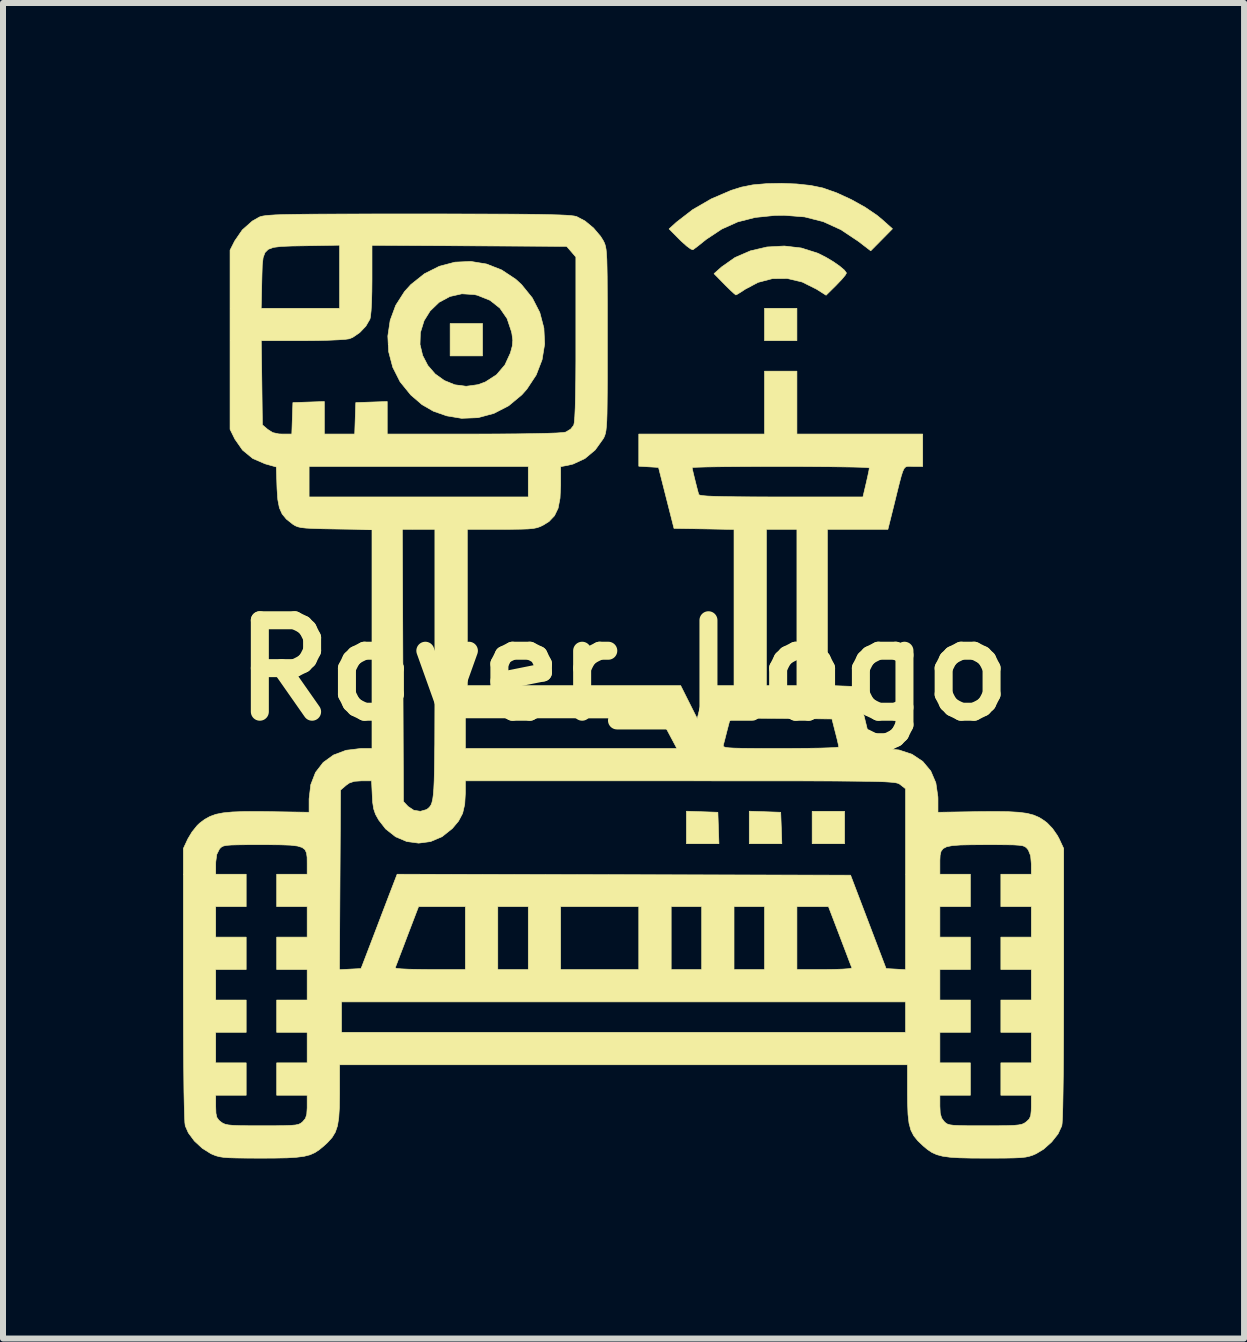
<source format=kicad_pcb>
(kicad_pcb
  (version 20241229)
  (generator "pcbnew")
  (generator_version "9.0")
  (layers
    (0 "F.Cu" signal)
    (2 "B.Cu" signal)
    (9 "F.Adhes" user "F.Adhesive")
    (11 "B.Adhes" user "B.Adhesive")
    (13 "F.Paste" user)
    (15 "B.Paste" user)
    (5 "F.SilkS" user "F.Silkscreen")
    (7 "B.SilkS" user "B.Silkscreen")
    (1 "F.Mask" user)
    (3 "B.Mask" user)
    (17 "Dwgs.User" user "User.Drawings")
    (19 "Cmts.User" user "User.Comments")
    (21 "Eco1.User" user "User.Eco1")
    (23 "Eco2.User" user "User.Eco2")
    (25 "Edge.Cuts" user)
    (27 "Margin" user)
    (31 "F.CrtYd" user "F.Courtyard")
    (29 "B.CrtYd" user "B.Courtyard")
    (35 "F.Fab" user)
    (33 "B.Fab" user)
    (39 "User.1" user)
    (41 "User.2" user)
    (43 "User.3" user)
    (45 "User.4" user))
  (footprint "Rover_Logo"
    (layer "F.Cu")
    (at 7.339 8.119)
    (property "Reference" "Rover_Logo" (at 0 0 0) (layer "F.SilkS") (effects (font (size 1.524 1.524) (thickness 0.3))))
    (attr through_hole)
    (fp_poly (pts (xy -2.349 -5.239) (xy -2.889 -5.239) (xy -2.889 -5.779) (xy -2.349 -5.779) (xy -2.349 -5.239)) (stroke (width 0.01) (type solid)) (fill yes) (layer "F.SilkS"))
    (fp_poly (pts (xy 2.889 -5.493) (xy 2.349 -5.493) (xy 2.349 -6.032) (xy 2.889 -6.032) (xy 2.889 -5.493)) (stroke (width 0.01) (type solid)) (fill yes) (layer "F.SilkS"))
    (fp_poly (pts (xy 3.683 2.889) (xy 3.143 2.889) (xy 3.143 2.349) (xy 3.683 2.349) (xy 3.683 2.889)) (stroke (width 0.01) (type solid)) (fill yes) (layer "F.SilkS"))
    (fp_poly (pts (xy 1.31 2.356) (xy 1.572 2.365) (xy 1.581 2.627) (xy 1.59 2.889) (xy 1.048 2.889) (xy 1.048 2.347) (xy 1.31 2.356)) (stroke (width 0.01) (type solid)) (fill yes) (layer "F.SilkS"))
    (fp_poly (pts (xy 2.357 2.356) (xy 2.619 2.365) (xy 2.629 2.627) (xy 2.638 2.889) (xy 2.095 2.889) (xy 2.095 2.347) (xy 2.357 2.356)) (stroke (width 0.01) (type solid)) (fill yes) (layer "F.SilkS"))
    (fp_poly (pts (xy 2.962 -7.037) (xy 3.231 -6.952) (xy 3.256 -6.941) (xy 3.379 -6.878) (xy 3.499 -6.806) (xy 3.603 -6.733) (xy 3.679 -6.669) (xy 3.713 -6.623) (xy 3.714 -6.619) (xy 3.693 -6.582) (xy 3.637 -6.515) (xy 3.558 -6.432) (xy 3.545 -6.418) (xy 3.375 -6.25) (xy 3.219 -6.349) (xy 2.977 -6.47) (xy 2.729 -6.529) (xy 2.483 -6.527) (xy 2.242 -6.464) (xy 2.029 -6.351) (xy 1.948 -6.298) (xy 1.89 -6.263) (xy 1.872 -6.255) (xy 1.844 -6.276) (xy 1.783 -6.332) (xy 1.702 -6.411) (xy 1.682 -6.432) (xy 1.508 -6.609) (xy 1.635 -6.722) (xy 1.857 -6.878) (xy 2.113 -6.989) (xy 2.39 -7.054) (xy 2.678 -7.07) (xy 2.962 -7.037)) (stroke (width 0.01) (type solid)) (fill yes) (layer "F.SilkS"))
    (fp_poly (pts (xy 2.885 -8.104) (xy 3.118 -8.079) (xy 3.312 -8.039) (xy 3.318 -8.038) (xy 3.551 -7.956) (xy 3.793 -7.845) (xy 4.025 -7.716) (xy 4.225 -7.58) (xy 4.304 -7.515) (xy 4.481 -7.357) (xy 4.3 -7.173) (xy 4.119 -6.99) (xy 3.909 -7.151) (xy 3.622 -7.342) (xy 3.328 -7.476) (xy 3.017 -7.555) (xy 2.678 -7.582) (xy 2.524 -7.58) (xy 2.194 -7.546) (xy 1.903 -7.472) (xy 1.638 -7.353) (xy 1.384 -7.185) (xy 1.333 -7.145) (xy 1.25 -7.078) (xy 1.183 -7.027) (xy 1.156 -7.008) (xy 1.12 -7.02) (xy 1.053 -7.069) (xy 0.968 -7.145) (xy 0.94 -7.172) (xy 0.759 -7.355) (xy 0.881 -7.466) (xy 1.151 -7.675) (xy 1.462 -7.855) (xy 1.795 -7.998) (xy 1.968 -8.052) (xy 2.155 -8.089) (xy 2.384 -8.109) (xy 2.634 -8.114) (xy 2.885 -8.104)) (stroke (width 0.01) (type solid)) (fill yes) (layer "F.SilkS"))
    (fp_poly (pts (xy -2.282 -6.77) (xy -2.03 -6.671) (xy -1.797 -6.517) (xy -1.7 -6.428) (xy -1.52 -6.206) (xy -1.395 -5.962) (xy -1.327 -5.703) (xy -1.314 -5.438) (xy -1.357 -5.175) (xy -1.455 -4.921) (xy -1.61 -4.686) (xy -1.695 -4.59) (xy -1.914 -4.408) (xy -2.16 -4.281) (xy -2.424 -4.21) (xy -2.698 -4.199) (xy -2.945 -4.24) (xy -3.169 -4.318) (xy -3.359 -4.428) (xy -3.541 -4.585) (xy -3.547 -4.591) (xy -3.723 -4.808) (xy -3.845 -5.05) (xy -3.913 -5.307) (xy -3.92 -5.43) (xy -3.391 -5.43) (xy -3.347 -5.246) (xy -3.261 -5.08) (xy -3.138 -4.938) (xy -2.986 -4.829) (xy -2.812 -4.758) (xy -2.622 -4.733) (xy -2.424 -4.76) (xy -2.302 -4.805) (xy -2.116 -4.925) (xy -1.976 -5.089) (xy -1.885 -5.287) (xy -1.853 -5.405) (xy -1.845 -5.501) (xy -1.86 -5.611) (xy -1.867 -5.643) (xy -1.94 -5.861) (xy -2.06 -6.035) (xy -2.224 -6.165) (xy -2.433 -6.249) (xy -2.485 -6.261) (xy -2.693 -6.274) (xy -2.892 -6.229) (xy -3.073 -6.132) (xy -3.223 -5.987) (xy -3.323 -5.826) (xy -3.385 -5.626) (xy -3.391 -5.43) (xy -3.92 -5.43) (xy -3.927 -5.57) (xy -3.888 -5.831) (xy -3.796 -6.081) (xy -3.649 -6.311) (xy -3.543 -6.428) (xy -3.317 -6.608) (xy -3.07 -6.732) (xy -2.809 -6.801) (xy -2.544 -6.813) (xy -2.282 -6.77)) (stroke (width 0.01) (type solid)) (fill yes) (layer "F.SilkS"))
    (fp_poly (pts (xy -2.953 -7.604) (xy -2.536 -7.603) (xy -2.176 -7.602) (xy -1.867 -7.601) (xy -1.605 -7.599) (xy -1.388 -7.596) (xy -1.211 -7.592) (xy -1.069 -7.588) (xy -0.96 -7.583) (xy -0.879 -7.577) (xy -0.822 -7.57) (xy -0.786 -7.562) (xy -0.782 -7.561) (xy -0.64 -7.486) (xy -0.5 -7.37) (xy -0.382 -7.231) (xy -0.339 -7.162) (xy -0.323 -7.131) (xy -0.31 -7.099) (xy -0.299 -7.06) (xy -0.29 -7.008) (xy -0.284 -6.938) (xy -0.278 -6.843) (xy -0.275 -6.719) (xy -0.272 -6.559) (xy -0.271 -6.357) (xy -0.27 -6.109) (xy -0.27 -5.807) (xy -0.27 -5.509) (xy -0.27 -5.158) (xy -0.27 -4.865) (xy -0.271 -4.625) (xy -0.273 -4.43) (xy -0.275 -4.276) (xy -0.279 -4.157) (xy -0.285 -4.067) (xy -0.292 -4) (xy -0.301 -3.951) (xy -0.312 -3.914) (xy -0.325 -3.883) (xy -0.339 -3.858) (xy -0.472 -3.672) (xy -0.643 -3.529) (xy -0.841 -3.437) (xy -0.929 -3.416) (xy -1.048 -3.394) (xy -1.048 -3.083) (xy -1.058 -2.867) (xy -1.09 -2.701) (xy -1.15 -2.576) (xy -1.241 -2.48) (xy -1.332 -2.423) (xy -1.386 -2.396) (xy -1.44 -2.377) (xy -1.504 -2.364) (xy -1.591 -2.356) (xy -1.711 -2.352) (xy -1.874 -2.35) (xy -2.037 -2.349) (xy -2.603 -2.349) (xy -2.603 0.254) (xy 0.952 0.254) (xy 1.09 0.529) (xy 1.228 0.804) (xy 1.267 0.648) (xy 1.297 0.527) (xy 1.327 0.409) (xy 1.336 0.373) (xy 1.368 0.254) (xy 1.841 0.254) (xy 1.841 -2.348) (xy 1.749 -2.349) (xy 2.381 -2.349) (xy 2.381 0.254) (xy 2.889 0.254) (xy 2.889 -2.349) (xy 2.381 -2.349) (xy 1.749 -2.349) (xy 1.341 -2.357) (xy 0.841 -2.365) (xy 0.712 -2.873) (xy 0.584 -3.378) (xy 1.143 -3.378) (xy 1.15 -3.339) (xy 1.169 -3.259) (xy 1.194 -3.157) (xy 1.22 -3.054) (xy 1.242 -2.97) (xy 1.254 -2.929) (xy 1.271 -2.919) (xy 1.317 -2.911) (xy 1.397 -2.904) (xy 1.515 -2.899) (xy 1.676 -2.895) (xy 1.885 -2.892) (xy 2.146 -2.89) (xy 2.464 -2.889) (xy 2.628 -2.889) (xy 3.989 -2.889) (xy 4.043 -3.119) (xy 4.069 -3.234) (xy 4.088 -3.324) (xy 4.096 -3.371) (xy 4.096 -3.373) (xy 4.065 -3.378) (xy 3.977 -3.383) (xy 3.838 -3.387) (xy 3.654 -3.39) (xy 3.432 -3.393) (xy 3.177 -3.395) (xy 2.896 -3.397) (xy 2.619 -3.397) (xy 2.32 -3.397) (xy 2.041 -3.396) (xy 1.789 -3.394) (xy 1.569 -3.392) (xy 1.388 -3.389) (xy 1.253 -3.385) (xy 1.169 -3.382) (xy 1.143 -3.378) (xy 0.584 -3.378) (xy 0.583 -3.381) (xy 0.254 -3.401) (xy 0.254 -3.937) (xy 2.349 -3.937) (xy 2.349 -4.985) (xy 2.889 -4.985) (xy 2.889 -3.937) (xy 4.985 -3.937) (xy 4.985 -3.397) (xy 4.827 -3.397) (xy 4.774 -3.399) (xy 4.733 -3.399) (xy 4.702 -3.39) (xy 4.676 -3.364) (xy 4.652 -3.314) (xy 4.626 -3.232) (xy 4.594 -3.111) (xy 4.552 -2.942) (xy 4.506 -2.754) (xy 4.405 -2.349) (xy 3.397 -2.349) (xy 3.397 -1.049) (xy 3.397 0.251) (xy 3.642 0.261) (xy 3.887 0.27) (xy 4.014 0.786) (xy 4.141 1.302) (xy 4.335 1.302) (xy 4.591 1.327) (xy 4.809 1.4) (xy 4.986 1.518) (xy 5.119 1.677) (xy 5.204 1.875) (xy 5.238 2.108) (xy 5.239 2.141) (xy 5.239 2.365) (xy 5.918 2.354) (xy 6.192 2.352) (xy 6.412 2.355) (xy 6.586 2.365) (xy 6.724 2.383) (xy 6.834 2.412) (xy 6.927 2.452) (xy 7.011 2.506) (xy 7.061 2.545) (xy 7.148 2.636) (xy 7.229 2.752) (xy 7.259 2.808) (xy 7.334 2.969) (xy 7.334 5.223) (xy 7.333 5.674) (xy 7.332 6.084) (xy 7.33 6.452) (xy 7.327 6.774) (xy 7.323 7.048) (xy 7.319 7.269) (xy 7.314 7.436) (xy 7.308 7.545) (xy 7.302 7.59) (xy 7.24 7.724) (xy 7.133 7.859) (xy 7 7.978) (xy 6.876 8.053) (xy 6.819 8.078) (xy 6.763 8.096) (xy 6.7 8.11) (xy 6.618 8.119) (xy 6.507 8.124) (xy 6.358 8.127) (xy 6.16 8.128) (xy 6.052 8.128) (xy 5.796 8.127) (xy 5.594 8.122) (xy 5.437 8.112) (xy 5.315 8.095) (xy 5.218 8.069) (xy 5.138 8.033) (xy 5.065 7.984) (xy 4.994 7.925) (xy 4.903 7.838) (xy 4.835 7.754) (xy 4.788 7.661) (xy 4.757 7.547) (xy 4.74 7.4) (xy 4.733 7.21) (xy 4.731 7.056) (xy 4.731 6.572) (xy -4.731 6.572) (xy -4.731 7.056) (xy -4.734 7.282) (xy -4.745 7.456) (xy -4.766 7.589) (xy -4.802 7.695) (xy -4.856 7.784) (xy -4.932 7.868) (xy -4.994 7.925) (xy -5.07 7.988) (xy -5.143 8.036) (xy -5.224 8.072) (xy -5.322 8.097) (xy -5.447 8.113) (xy -5.607 8.123) (xy -5.812 8.127) (xy -6.052 8.128) (xy -6.275 8.127) (xy -6.445 8.125) (xy -6.572 8.121) (xy -6.666 8.114) (xy -6.736 8.103) (xy -6.794 8.087) (xy -6.849 8.065) (xy -6.876 8.053) (xy -7.019 7.963) (xy -7.15 7.842) (xy -7.251 7.706) (xy -7.302 7.59) (xy -7.309 7.535) (xy -7.314 7.42) (xy -7.319 7.247) (xy -7.324 7.02) (xy -7.327 6.741) (xy -7.33 6.414) (xy -7.332 6.041) (xy -7.333 5.626) (xy -7.334 5.223) (xy -7.334 3.226) (xy -6.795 3.226) (xy -6.795 3.397) (xy -6.287 3.397) (xy -6.287 3.937) (xy -6.795 3.937) (xy -6.795 4.445) (xy -6.287 4.445) (xy -6.287 4.985) (xy -6.795 4.985) (xy -6.795 5.493) (xy -6.287 5.493) (xy -6.287 6.032) (xy -6.795 6.032) (xy -6.795 6.54) (xy -6.287 6.54) (xy -6.287 7.08) (xy -6.795 7.08) (xy -6.795 7.268) (xy -6.791 7.379) (xy -6.776 7.448) (xy -6.742 7.496) (xy -6.711 7.522) (xy -6.678 7.545) (xy -6.639 7.562) (xy -6.584 7.574) (xy -6.505 7.582) (xy -6.391 7.586) (xy -6.232 7.588) (xy -6.022 7.588) (xy -5.811 7.588) (xy -5.655 7.586) (xy -5.542 7.582) (xy -5.465 7.575) (xy -5.414 7.564) (xy -5.378 7.547) (xy -5.349 7.524) (xy -5.344 7.519) (xy -5.3 7.466) (xy -5.278 7.397) (xy -5.271 7.292) (xy -5.271 7.265) (xy -5.271 7.08) (xy -5.779 7.08) (xy -5.779 6.54) (xy -5.271 6.54) (xy -5.271 6.032) (xy -5.779 6.032) (xy -5.779 5.524) (xy -4.699 5.524) (xy -4.699 6.032) (xy 4.699 6.032) (xy 4.699 5.524) (xy -4.699 5.524) (xy -5.779 5.524) (xy -5.779 5.493) (xy -5.271 5.493) (xy -5.271 4.988) (xy -4.733 4.988) (xy -4.553 4.978) (xy -4.373 4.969) (xy -4.369 4.958) (xy -3.805 4.958) (xy -3.778 4.967) (xy -3.698 4.974) (xy -3.573 4.98) (xy -3.413 4.983) (xy -3.229 4.985) (xy -3.225 4.985) (xy -2.635 4.985) (xy -2.635 3.937) (xy -2.095 3.937) (xy -2.095 4.985) (xy -1.587 4.985) (xy -1.587 3.937) (xy -1.048 3.937) (xy -1.048 4.985) (xy 0.254 4.985) (xy 0.254 3.937) (xy 0.794 3.937) (xy 0.794 4.985) (xy 1.302 4.985) (xy 1.302 3.937) (xy 1.841 3.937) (xy 1.841 4.985) (xy 2.349 4.985) (xy 2.349 3.937) (xy 2.889 3.937) (xy 2.889 4.985) (xy 3.352 4.985) (xy 3.514 4.983) (xy 3.65 4.978) (xy 3.749 4.971) (xy 3.8 4.963) (xy 3.805 4.958) (xy 3.79 4.921) (xy 3.757 4.835) (xy 3.71 4.71) (xy 3.652 4.558) (xy 3.605 4.434) (xy 3.415 3.937) (xy 2.889 3.937) (xy 2.349 3.937) (xy 1.841 3.937) (xy 1.302 3.937) (xy 0.794 3.937) (xy 0.254 3.937) (xy -1.048 3.937) (xy -1.587 3.937) (xy -2.095 3.937) (xy -2.635 3.937) (xy -3.415 3.937) (xy -3.605 4.434) (xy -3.668 4.601) (xy -3.724 4.747) (xy -3.768 4.863) (xy -3.796 4.936) (xy -3.805 4.958) (xy -4.369 4.958) (xy -4.185 4.477) (xy -4.111 4.283) (xy -4.035 4.083) (xy -3.963 3.895) (xy -3.904 3.74) (xy -3.885 3.691) (xy -3.772 3.397) (xy 0.006 3.405) (xy 3.783 3.413) (xy 4.079 4.191) (xy 4.375 4.969) (xy 4.537 4.978) (xy 4.699 4.988) (xy 4.699 3.212) (xy 5.271 3.212) (xy 5.271 3.397) (xy 5.779 3.397) (xy 5.779 3.937) (xy 5.271 3.937) (xy 5.271 4.445) (xy 5.779 4.445) (xy 5.779 4.985) (xy 5.271 4.985) (xy 5.271 5.493) (xy 5.779 5.493) (xy 5.779 6.032) (xy 5.271 6.032) (xy 5.271 6.54) (xy 5.779 6.54) (xy 5.779 7.08) (xy 5.271 7.08) (xy 5.271 7.261) (xy 5.277 7.38) (xy 5.3 7.46) (xy 5.34 7.515) (xy 5.366 7.54) (xy 5.395 7.559) (xy 5.438 7.572) (xy 5.503 7.581) (xy 5.599 7.585) (xy 5.737 7.588) (xy 5.925 7.588) (xy 6.018 7.588) (xy 6.231 7.588) (xy 6.389 7.586) (xy 6.504 7.582) (xy 6.583 7.574) (xy 6.638 7.563) (xy 6.677 7.546) (xy 6.71 7.523) (xy 6.711 7.522) (xy 6.759 7.477) (xy 6.784 7.422) (xy 6.793 7.338) (xy 6.795 7.268) (xy 6.795 7.08) (xy 6.287 7.08) (xy 6.287 6.54) (xy 6.795 6.54) (xy 6.795 6.032) (xy 6.287 6.032) (xy 6.287 5.493) (xy 6.795 5.493) (xy 6.795 4.985) (xy 6.287 4.985) (xy 6.287 4.445) (xy 6.795 4.445) (xy 6.795 3.937) (xy 6.287 3.937) (xy 6.287 3.397) (xy 6.795 3.397) (xy 6.795 3.226) (xy 6.783 3.09) (xy 6.746 2.997) (xy 6.734 2.98) (xy 6.712 2.955) (xy 6.686 2.936) (xy 6.647 2.922) (xy 6.587 2.914) (xy 6.497 2.908) (xy 6.367 2.906) (xy 6.189 2.905) (xy 6.039 2.905) (xy 5.799 2.906) (xy 5.615 2.91) (xy 5.479 2.92) (xy 5.385 2.939) (xy 5.325 2.97) (xy 5.29 3.017) (xy 5.275 3.082) (xy 5.271 3.167) (xy 5.271 3.212) (xy 4.699 3.212) (xy 4.699 1.973) (xy 4.615 1.907) (xy 4.602 1.897) (xy 4.586 1.888) (xy 4.565 1.88) (xy 4.534 1.873) (xy 4.491 1.867) (xy 4.431 1.862) (xy 4.352 1.857) (xy 4.249 1.853) (xy 4.119 1.85) (xy 3.959 1.848) (xy 3.765 1.846) (xy 3.533 1.844) (xy 3.261 1.843) (xy 2.944 1.842) (xy 2.578 1.842) (xy 2.162 1.842) (xy 1.69 1.842) (xy 1.159 1.841) (xy -2.635 1.841) (xy -2.635 2.04) (xy -2.646 2.232) (xy -2.681 2.383) (xy -2.749 2.512) (xy -2.852 2.635) (xy -3.024 2.772) (xy -3.215 2.853) (xy -3.414 2.879) (xy -3.612 2.852) (xy -3.798 2.773) (xy -3.964 2.642) (xy -4.079 2.494) (xy -4.132 2.399) (xy -4.163 2.308) (xy -4.18 2.198) (xy -4.186 2.09) (xy -4.198 1.841) (xy -4.367 1.841) (xy -4.486 1.849) (xy -4.57 1.878) (xy -4.626 1.918) (xy -4.715 1.995) (xy -4.724 3.491) (xy -4.733 4.988) (xy -5.271 4.988) (xy -5.271 4.985) (xy -5.779 4.985) (xy -5.779 4.445) (xy -5.271 4.445) (xy -5.271 3.937) (xy -5.779 3.937) (xy -5.779 3.397) (xy -5.271 3.397) (xy -5.271 3.212) (xy -5.272 3.116) (xy -5.282 3.042) (xy -5.307 2.988) (xy -5.355 2.951) (xy -5.434 2.927) (xy -5.551 2.913) (xy -5.713 2.907) (xy -5.927 2.905) (xy -6.039 2.905) (xy -6.254 2.905) (xy -6.416 2.907) (xy -6.531 2.91) (xy -6.61 2.916) (xy -6.662 2.926) (xy -6.695 2.941) (xy -6.719 2.962) (xy -6.734 2.98) (xy -6.777 3.066) (xy -6.794 3.191) (xy -6.795 3.226) (xy -7.334 3.226) (xy -7.334 2.969) (xy -7.259 2.808) (xy -7.19 2.693) (xy -7.103 2.585) (xy -7.061 2.545) (xy -6.978 2.483) (xy -6.891 2.435) (xy -6.793 2.399) (xy -6.672 2.375) (xy -6.52 2.36) (xy -6.329 2.353) (xy -6.089 2.352) (xy -5.918 2.354) (xy -5.239 2.365) (xy -5.239 2.141) (xy -5.211 1.905) (xy -5.132 1.701) (xy -5.004 1.535) (xy -4.833 1.411) (xy -4.623 1.332) (xy -4.377 1.302) (xy -4.36 1.302) (xy -4.191 1.302) (xy -4.191 -2.345) (xy -4.477 -2.35) (xy -3.685 -2.35) (xy -3.676 -0.082) (xy -3.667 2.186) (xy -3.59 2.268) (xy -3.495 2.331) (xy -3.385 2.349) (xy -3.283 2.32) (xy -3.267 2.309) (xy -3.244 2.29) (xy -3.224 2.268) (xy -3.206 2.24) (xy -3.192 2.201) (xy -3.179 2.145) (xy -3.169 2.07) (xy -3.161 1.97) (xy -3.155 1.84) (xy -3.151 1.677) (xy -3.148 1.476) (xy -3.146 1.302) (xy -2.635 1.302) (xy 0.889 1.302) (xy 0.868 1.262) (xy 1.662 1.262) (xy 1.673 1.274) (xy 1.702 1.284) (xy 1.757 1.291) (xy 1.843 1.296) (xy 1.966 1.299) (xy 2.135 1.301) (xy 2.354 1.302) (xy 2.617 1.302) (xy 2.858 1.301) (xy 3.077 1.299) (xy 3.267 1.296) (xy 3.419 1.291) (xy 3.527 1.286) (xy 3.581 1.28) (xy 3.587 1.278) (xy 3.579 1.237) (xy 3.56 1.153) (xy 3.532 1.042) (xy 3.529 1.032) (xy 3.473 0.81) (xy 2.628 0.801) (xy 2.373 0.799) (xy 2.175 0.798) (xy 2.027 0.799) (xy 1.92 0.802) (xy 1.848 0.808) (xy 1.803 0.816) (xy 1.779 0.828) (xy 1.768 0.844) (xy 1.766 0.849) (xy 1.749 0.913) (xy 1.724 1.009) (xy 1.714 1.048) (xy 1.689 1.147) (xy 1.668 1.227) (xy 1.663 1.246) (xy 1.662 1.262) (xy 0.868 1.262) (xy 0.754 1.048) (xy 0.619 0.795) (xy -1.008 0.794) (xy -2.635 0.794) (xy -2.635 1.302) (xy -3.146 1.302) (xy -3.145 1.233) (xy -3.144 0.942) (xy -3.143 0.6) (xy -3.143 0.202) (xy -3.143 -0.109) (xy -3.143 -2.349) (xy -3.414 -2.349) (xy -3.685 -2.35) (xy -4.477 -2.35) (xy -4.802 -2.355) (xy -5.015 -2.359) (xy -5.174 -2.364) (xy -5.29 -2.37) (xy -5.371 -2.379) (xy -5.428 -2.392) (xy -5.471 -2.41) (xy -5.51 -2.434) (xy -5.515 -2.438) (xy -5.618 -2.52) (xy -5.688 -2.605) (xy -5.734 -2.708) (xy -5.76 -2.842) (xy -5.773 -3.023) (xy -5.774 -3.052) (xy -5.785 -3.389) (xy -5.816 -3.397) (xy -5.239 -3.397) (xy -5.239 -2.889) (xy -1.587 -2.889) (xy -1.587 -3.397) (xy -5.239 -3.397) (xy -5.816 -3.397) (xy -5.972 -3.441) (xy -6.178 -3.53) (xy -6.348 -3.67) (xy -6.477 -3.855) (xy -6.483 -3.868) (xy -6.556 -4.016) (xy -6.556 -5.493) (xy -6.036 -5.493) (xy -6.026 -4.791) (xy -6.017 -4.09) (xy -5.928 -4.014) (xy -5.844 -3.961) (xy -5.742 -3.939) (xy -5.683 -3.937) (xy -5.527 -3.937) (xy -5.518 -4.199) (xy -5.509 -4.461) (xy -5.247 -4.47) (xy -4.985 -4.479) (xy -4.985 -3.937) (xy -4.479 -3.937) (xy -4.47 -4.199) (xy -4.461 -4.461) (xy -4.199 -4.47) (xy -3.937 -4.479) (xy -3.937 -3.937) (xy -2.497 -3.937) (xy -2.114 -3.938) (xy -1.782 -3.94) (xy -1.503 -3.944) (xy -1.278 -3.949) (xy -1.111 -3.955) (xy -1.003 -3.963) (xy -0.962 -3.97) (xy -0.881 -4.019) (xy -0.83 -4.083) (xy -0.82 -4.131) (xy -0.812 -4.228) (xy -0.805 -4.376) (xy -0.8 -4.579) (xy -0.796 -4.838) (xy -0.794 -5.155) (xy -0.794 -5.524) (xy -0.794 -6.886) (xy -0.87 -6.975) (xy -0.947 -7.064) (xy -2.569 -7.073) (xy -4.191 -7.082) (xy -4.191 -6.512) (xy -4.193 -6.311) (xy -4.198 -6.133) (xy -4.206 -5.989) (xy -4.217 -5.889) (xy -4.225 -5.852) (xy -4.293 -5.735) (xy -4.396 -5.627) (xy -4.513 -5.547) (xy -4.571 -5.524) (xy -4.636 -5.515) (xy -4.753 -5.507) (xy -4.911 -5.5) (xy -5.098 -5.495) (xy -5.304 -5.493) (xy -5.36 -5.493) (xy -6.036 -5.493) (xy -6.556 -5.493) (xy -6.556 -6.032) (xy -6.037 -6.032) (xy -4.731 -6.032) (xy -4.731 -7.084) (xy -5.301 -7.074) (xy -5.531 -7.07) (xy -5.706 -7.063) (xy -5.833 -7.047) (xy -5.919 -7.015) (xy -5.974 -6.96) (xy -6.005 -6.876) (xy -6.019 -6.757) (xy -6.024 -6.596) (xy -6.027 -6.476) (xy -6.037 -6.032) (xy -6.556 -6.032) (xy -6.556 -7.001) (xy -6.478 -7.155) (xy -6.352 -7.338) (xy -6.185 -7.486) (xy -6.067 -7.553) (xy -6.041 -7.562) (xy -6.005 -7.57) (xy -5.956 -7.577) (xy -5.888 -7.583) (xy -5.798 -7.589) (xy -5.682 -7.593) (xy -5.534 -7.596) (xy -5.352 -7.599) (xy -5.13 -7.601) (xy -4.864 -7.602) (xy -4.551 -7.603) (xy -4.185 -7.604) (xy -3.764 -7.604) (xy -3.429 -7.604) (xy -2.953 -7.604)) (stroke (width 0.01) (type solid)) (fill yes) (layer "F.SilkS")))
  (gr_rect
    (start -3 -3)
    (end 17.678 19.252)
    (stroke (width 0.1) (type default))
    (fill no)
    (layer "Edge.Cuts")))
</source>
